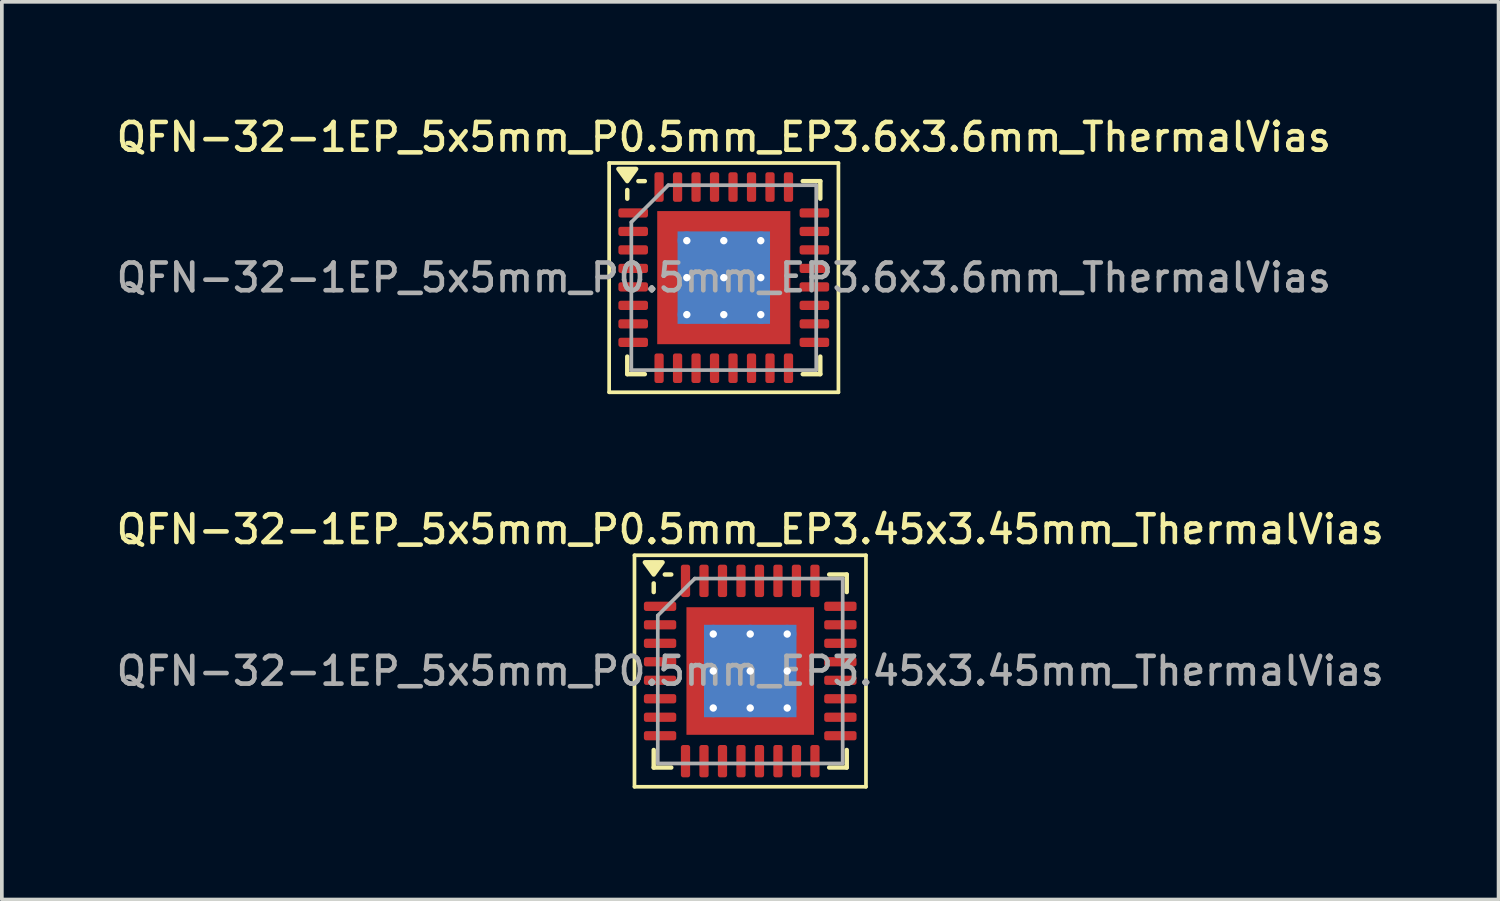
<source format=kicad_pcb>
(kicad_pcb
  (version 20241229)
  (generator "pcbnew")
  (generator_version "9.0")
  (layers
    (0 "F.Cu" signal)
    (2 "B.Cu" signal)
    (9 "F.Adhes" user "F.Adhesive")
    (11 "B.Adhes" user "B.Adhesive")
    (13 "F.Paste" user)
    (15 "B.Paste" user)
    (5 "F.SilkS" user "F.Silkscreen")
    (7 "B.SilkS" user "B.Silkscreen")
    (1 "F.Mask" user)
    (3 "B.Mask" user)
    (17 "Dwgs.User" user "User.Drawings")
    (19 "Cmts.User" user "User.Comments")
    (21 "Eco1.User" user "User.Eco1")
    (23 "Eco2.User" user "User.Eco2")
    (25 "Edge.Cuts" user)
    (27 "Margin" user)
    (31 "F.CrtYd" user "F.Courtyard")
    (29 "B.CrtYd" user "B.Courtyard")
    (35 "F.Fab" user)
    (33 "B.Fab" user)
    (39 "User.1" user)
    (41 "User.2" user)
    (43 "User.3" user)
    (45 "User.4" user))
  (footprint "QFN-32-1EP_5x5mm_P0.5mm_EP3.6x3.6mm_ThermalVias"
    (layer "F.Cu")
    (at 16.523 4.458)
    (property "Reference" "QFN-32-1EP_5x5mm_P0.5mm_EP3.6x3.6mm_ThermalVias" (at 0 -3.8 0) (layer "F.SilkS") (effects (font (size 0.75 0.75) (thickness 0.125))))
    (attr smd)
    (fp_line (start -3.1 -3.1) (end -3.1 3.1) (stroke (width 0.1) (type solid)) (layer "F.SilkS"))
    (fp_line (start -3.1 3.1) (end 3.1 3.1) (stroke (width 0.1) (type solid)) (layer "F.SilkS"))
    (fp_line (start -2.61 -2.135) (end -2.61 -2.37) (stroke (width 0.12) (type solid)) (layer "F.SilkS"))
    (fp_line (start -2.61 2.61) (end -2.61 2.135) (stroke (width 0.12) (type solid)) (layer "F.SilkS"))
    (fp_line (start -2.135 -2.61) (end -2.31 -2.61) (stroke (width 0.12) (type solid)) (layer "F.SilkS"))
    (fp_line (start -2.135 2.61) (end -2.61 2.61) (stroke (width 0.12) (type solid)) (layer "F.SilkS"))
    (fp_line (start 2.135 -2.61) (end 2.61 -2.61) (stroke (width 0.12) (type solid)) (layer "F.SilkS"))
    (fp_line (start 2.135 2.61) (end 2.61 2.61) (stroke (width 0.12) (type solid)) (layer "F.SilkS"))
    (fp_line (start 2.61 -2.61) (end 2.61 -2.135) (stroke (width 0.12) (type solid)) (layer "F.SilkS"))
    (fp_line (start 2.61 2.61) (end 2.61 2.135) (stroke (width 0.12) (type solid)) (layer "F.SilkS"))
    (fp_line (start 3.1 -3.1) (end -3.1 -3.1) (stroke (width 0.1) (type solid)) (layer "F.SilkS"))
    (fp_line (start 3.1 3.1) (end 3.1 -3.1) (stroke (width 0.1) (type solid)) (layer "F.SilkS"))
    (fp_poly (pts (xy -2.61 -2.61) (xy -2.85 -2.94) (xy -2.37 -2.94) (xy -2.61 -2.61)) (stroke (width 0.12) (type solid)) (fill yes) (layer "F.SilkS"))
    (fp_line (start -2.5 -1.5) (end -1.5 -2.5) (stroke (width 0.1) (type solid)) (layer "F.Fab"))
    (fp_line (start -2.5 2.5) (end -2.5 -1.5) (stroke (width 0.1) (type solid)) (layer "F.Fab"))
    (fp_line (start -1.5 -2.5) (end 2.5 -2.5) (stroke (width 0.1) (type solid)) (layer "F.Fab"))
    (fp_line (start 2.5 -2.5) (end 2.5 2.5) (stroke (width 0.1) (type solid)) (layer "F.Fab"))
    (fp_line (start 2.5 2.5) (end -2.5 2.5) (stroke (width 0.1) (type solid)) (layer "F.Fab"))
    (fp_text user "${REFERENCE}" (at 0 0 0) (layer "F.Fab") (effects (font (size 0.75 0.75) (thickness 0.125))))
    (pad "" smd custom (at -1.4 -1.4) (size 0.555 0.555) (layers "F.Paste") (options (anchor circle)) (primitives (gr_poly (pts (xy -0.232 -0.232) (xy 0.232 -0.232) (xy 0.232 0.157) (xy 0.157 0.232) (xy -0.232 0.232)) (width 0.181) (fill yes))))
    (pad "" smd custom (at -1.4 -0.5) (size 0.568 0.568) (layers "F.Paste") (options (anchor circle)) (primitives (gr_poly (pts (xy -0.246 -0.326) (xy 0.182 -0.326) (xy 0.246 -0.263) (xy 0.246 0.263) (xy 0.182 0.326) (xy -0.246 0.326)) (width 0.153) (fill yes))))
    (pad "" smd custom (at -1.4 0.5) (size 0.568 0.568) (layers "F.Paste") (options (anchor circle)) (primitives (gr_poly (pts (xy -0.246 -0.326) (xy 0.182 -0.326) (xy 0.246 -0.263) (xy 0.246 0.263) (xy 0.182 0.326) (xy -0.246 0.326)) (width 0.153) (fill yes))))
    (pad "" smd custom (at -1.4 1.4) (size 0.555 0.555) (layers "F.Paste") (options (anchor circle)) (primitives (gr_poly (pts (xy -0.232 -0.232) (xy 0.157 -0.232) (xy 0.232 -0.157) (xy 0.232 0.232) (xy -0.232 0.232)) (width 0.181) (fill yes))))
    (pad "" smd custom (at -0.5 -1.4) (size 0.568 0.568) (layers "F.Paste") (options (anchor circle)) (primitives (gr_poly (pts (xy -0.326 -0.246) (xy 0.326 -0.246) (xy 0.326 0.182) (xy 0.263 0.246) (xy -0.263 0.246) (xy -0.326 0.182)) (width 0.153) (fill yes))))
    (pad "" smd roundrect (at -0.5 -0.5) (size 0.806 0.806) (layers "F.Paste") (roundrect_rratio 0.25))
    (pad "" smd roundrect (at -0.5 0.5) (size 0.806 0.806) (layers "F.Paste") (roundrect_rratio 0.25))
    (pad "" smd custom (at -0.5 1.4) (size 0.568 0.568) (layers "F.Paste") (options (anchor circle)) (primitives (gr_poly (pts (xy -0.326 -0.182) (xy -0.263 -0.246) (xy 0.263 -0.246) (xy 0.326 -0.182) (xy 0.326 0.246) (xy -0.326 0.246)) (width 0.153) (fill yes))))
    (pad "" smd custom (at 0.5 -1.4) (size 0.568 0.568) (layers "F.Paste") (options (anchor circle)) (primitives (gr_poly (pts (xy -0.326 -0.246) (xy 0.326 -0.246) (xy 0.326 0.182) (xy 0.263 0.246) (xy -0.263 0.246) (xy -0.326 0.182)) (width 0.153) (fill yes))))
    (pad "" smd roundrect (at 0.5 -0.5) (size 0.806 0.806) (layers "F.Paste") (roundrect_rratio 0.25))
    (pad "" smd roundrect (at 0.5 0.5) (size 0.806 0.806) (layers "F.Paste") (roundrect_rratio 0.25))
    (pad "" smd custom (at 0.5 1.4) (size 0.568 0.568) (layers "F.Paste") (options (anchor circle)) (primitives (gr_poly (pts (xy -0.326 -0.182) (xy -0.263 -0.246) (xy 0.263 -0.246) (xy 0.326 -0.182) (xy 0.326 0.246) (xy -0.326 0.246)) (width 0.153) (fill yes))))
    (pad "" smd custom (at 1.4 -1.4) (size 0.555 0.555) (layers "F.Paste") (options (anchor circle)) (primitives (gr_poly (pts (xy -0.232 -0.232) (xy 0.232 -0.232) (xy 0.232 0.232) (xy -0.157 0.232) (xy -0.232 0.157)) (width 0.181) (fill yes))))
    (pad "" smd custom (at 1.4 -0.5) (size 0.568 0.568) (layers "F.Paste") (options (anchor circle)) (primitives (gr_poly (pts (xy -0.246 -0.263) (xy -0.182 -0.326) (xy 0.246 -0.326) (xy 0.246 0.326) (xy -0.182 0.326) (xy -0.246 0.263)) (width 0.153) (fill yes))))
    (pad "" smd custom (at 1.4 0.5) (size 0.568 0.568) (layers "F.Paste") (options (anchor circle)) (primitives (gr_poly (pts (xy -0.246 -0.263) (xy -0.182 -0.326) (xy 0.246 -0.326) (xy 0.246 0.326) (xy -0.182 0.326) (xy -0.246 0.263)) (width 0.153) (fill yes))))
    (pad "" smd custom (at 1.4 1.4) (size 0.555 0.555) (layers "F.Paste") (options (anchor circle)) (primitives (gr_poly (pts (xy -0.232 -0.157) (xy -0.157 -0.232) (xy 0.232 -0.232) (xy 0.232 0.232) (xy -0.232 0.232)) (width 0.181) (fill yes))))
    (pad "1" smd roundrect (at -2.45 -1.75) (size 0.8 0.25) (layers "F.Cu" "F.Mask" "F.Paste") (roundrect_rratio 0.25))
    (pad "2" smd roundrect (at -2.45 -1.25) (size 0.8 0.25) (layers "F.Cu" "F.Mask" "F.Paste") (roundrect_rratio 0.25))
    (pad "3" smd roundrect (at -2.45 -0.75) (size 0.8 0.25) (layers "F.Cu" "F.Mask" "F.Paste") (roundrect_rratio 0.25))
    (pad "4" smd roundrect (at -2.45 -0.25) (size 0.8 0.25) (layers "F.Cu" "F.Mask" "F.Paste") (roundrect_rratio 0.25))
    (pad "5" smd roundrect (at -2.45 0.25) (size 0.8 0.25) (layers "F.Cu" "F.Mask" "F.Paste") (roundrect_rratio 0.25))
    (pad "6" smd roundrect (at -2.45 0.75) (size 0.8 0.25) (layers "F.Cu" "F.Mask" "F.Paste") (roundrect_rratio 0.25))
    (pad "7" smd roundrect (at -2.45 1.25) (size 0.8 0.25) (layers "F.Cu" "F.Mask" "F.Paste") (roundrect_rratio 0.25))
    (pad "8" smd roundrect (at -2.45 1.75) (size 0.8 0.25) (layers "F.Cu" "F.Mask" "F.Paste") (roundrect_rratio 0.25))
    (pad "9" smd roundrect (at -1.75 2.45) (size 0.25 0.8) (layers "F.Cu" "F.Mask" "F.Paste") (roundrect_rratio 0.25))
    (pad "10" smd roundrect (at -1.25 2.45) (size 0.25 0.8) (layers "F.Cu" "F.Mask" "F.Paste") (roundrect_rratio 0.25))
    (pad "11" smd roundrect (at -0.75 2.45) (size 0.25 0.8) (layers "F.Cu" "F.Mask" "F.Paste") (roundrect_rratio 0.25))
    (pad "12" smd roundrect (at -0.25 2.45) (size 0.25 0.8) (layers "F.Cu" "F.Mask" "F.Paste") (roundrect_rratio 0.25))
    (pad "13" smd roundrect (at 0.25 2.45) (size 0.25 0.8) (layers "F.Cu" "F.Mask" "F.Paste") (roundrect_rratio 0.25))
    (pad "14" smd roundrect (at 0.75 2.45) (size 0.25 0.8) (layers "F.Cu" "F.Mask" "F.Paste") (roundrect_rratio 0.25))
    (pad "15" smd roundrect (at 1.25 2.45) (size 0.25 0.8) (layers "F.Cu" "F.Mask" "F.Paste") (roundrect_rratio 0.25))
    (pad "16" smd roundrect (at 1.75 2.45) (size 0.25 0.8) (layers "F.Cu" "F.Mask" "F.Paste") (roundrect_rratio 0.25))
    (pad "17" smd roundrect (at 2.45 1.75) (size 0.8 0.25) (layers "F.Cu" "F.Mask" "F.Paste") (roundrect_rratio 0.25))
    (pad "18" smd roundrect (at 2.45 1.25) (size 0.8 0.25) (layers "F.Cu" "F.Mask" "F.Paste") (roundrect_rratio 0.25))
    (pad "19" smd roundrect (at 2.45 0.75) (size 0.8 0.25) (layers "F.Cu" "F.Mask" "F.Paste") (roundrect_rratio 0.25))
    (pad "20" smd roundrect (at 2.45 0.25) (size 0.8 0.25) (layers "F.Cu" "F.Mask" "F.Paste") (roundrect_rratio 0.25))
    (pad "21" smd roundrect (at 2.45 -0.25) (size 0.8 0.25) (layers "F.Cu" "F.Mask" "F.Paste") (roundrect_rratio 0.25))
    (pad "22" smd roundrect (at 2.45 -0.75) (size 0.8 0.25) (layers "F.Cu" "F.Mask" "F.Paste") (roundrect_rratio 0.25))
    (pad "23" smd roundrect (at 2.45 -1.25) (size 0.8 0.25) (layers "F.Cu" "F.Mask" "F.Paste") (roundrect_rratio 0.25))
    (pad "24" smd roundrect (at 2.45 -1.75) (size 0.8 0.25) (layers "F.Cu" "F.Mask" "F.Paste") (roundrect_rratio 0.25))
    (pad "25" smd roundrect (at 1.75 -2.45) (size 0.25 0.8) (layers "F.Cu" "F.Mask" "F.Paste") (roundrect_rratio 0.25))
    (pad "26" smd roundrect (at 1.25 -2.45) (size 0.25 0.8) (layers "F.Cu" "F.Mask" "F.Paste") (roundrect_rratio 0.25))
    (pad "27" smd roundrect (at 0.75 -2.45) (size 0.25 0.8) (layers "F.Cu" "F.Mask" "F.Paste") (roundrect_rratio 0.25))
    (pad "28" smd roundrect (at 0.25 -2.45) (size 0.25 0.8) (layers "F.Cu" "F.Mask" "F.Paste") (roundrect_rratio 0.25))
    (pad "29" smd roundrect (at -0.25 -2.45) (size 0.25 0.8) (layers "F.Cu" "F.Mask" "F.Paste") (roundrect_rratio 0.25))
    (pad "30" smd roundrect (at -0.75 -2.45) (size 0.25 0.8) (layers "F.Cu" "F.Mask" "F.Paste") (roundrect_rratio 0.25))
    (pad "31" smd roundrect (at -1.25 -2.45) (size 0.25 0.8) (layers "F.Cu" "F.Mask" "F.Paste") (roundrect_rratio 0.25))
    (pad "32" smd roundrect (at -1.75 -2.45) (size 0.25 0.8) (layers "F.Cu" "F.Mask" "F.Paste") (roundrect_rratio 0.25))
    (pad "33" thru_hole circle (at -1 -1) (size 0.5 0.5) (drill 0.2) (property pad_prop_heatsink) (layers "*.Cu"))
    (pad "33" thru_hole circle (at -1 0) (size 0.5 0.5) (drill 0.2) (property pad_prop_heatsink) (layers "*.Cu"))
    (pad "33" thru_hole circle (at -1 1) (size 0.5 0.5) (drill 0.2) (property pad_prop_heatsink) (layers "*.Cu"))
    (pad "33" thru_hole circle (at 0 -1) (size 0.5 0.5) (drill 0.2) (property pad_prop_heatsink) (layers "*.Cu"))
    (pad "33" thru_hole circle (at 0 0) (size 0.5 0.5) (drill 0.2) (property pad_prop_heatsink) (layers "*.Cu"))
    (pad "33" smd rect (at 0 0) (size 2.5 2.5) (property pad_prop_heatsink) (layers "B.Cu"))
    (pad "33" smd rect (at 0 0) (size 3.6 3.6) (property pad_prop_heatsink) (layers "F.Cu" "F.Mask"))
    (pad "33" thru_hole circle (at 0 1) (size 0.5 0.5) (drill 0.2) (property pad_prop_heatsink) (layers "*.Cu"))
    (pad "33" thru_hole circle (at 1 -1) (size 0.5 0.5) (drill 0.2) (property pad_prop_heatsink) (layers "*.Cu"))
    (pad "33" thru_hole circle (at 1 0) (size 0.5 0.5) (drill 0.2) (property pad_prop_heatsink) (layers "*.Cu"))
    (pad "33" thru_hole circle (at 1 1) (size 0.5 0.5) (drill 0.2) (property pad_prop_heatsink) (layers "*.Cu")))
  (footprint "QFN-32-1EP_5x5mm_P0.5mm_EP3.45x3.45mm_ThermalVias"
    (layer "F.Cu")
    (at 17.238 15.096)
    (property "Reference" "QFN-32-1EP_5x5mm_P0.5mm_EP3.45x3.45mm_ThermalVias" (at 0 -3.83 0) (layer "F.SilkS") (effects (font (size 0.75 0.75) (thickness 0.125))))
    (attr smd)
    (fp_line (start -3.13 -3.13) (end -3.13 3.13) (stroke (width 0.1) (type solid)) (layer "F.SilkS"))
    (fp_line (start -3.13 3.13) (end 3.13 3.13) (stroke (width 0.1) (type solid)) (layer "F.SilkS"))
    (fp_line (start -2.61 -2.135) (end -2.61 -2.37) (stroke (width 0.12) (type solid)) (layer "F.SilkS"))
    (fp_line (start -2.61 2.61) (end -2.61 2.135) (stroke (width 0.12) (type solid)) (layer "F.SilkS"))
    (fp_line (start -2.135 -2.61) (end -2.31 -2.61) (stroke (width 0.12) (type solid)) (layer "F.SilkS"))
    (fp_line (start -2.135 2.61) (end -2.61 2.61) (stroke (width 0.12) (type solid)) (layer "F.SilkS"))
    (fp_line (start 2.135 -2.61) (end 2.61 -2.61) (stroke (width 0.12) (type solid)) (layer "F.SilkS"))
    (fp_line (start 2.135 2.61) (end 2.61 2.61) (stroke (width 0.12) (type solid)) (layer "F.SilkS"))
    (fp_line (start 2.61 -2.61) (end 2.61 -2.135) (stroke (width 0.12) (type solid)) (layer "F.SilkS"))
    (fp_line (start 2.61 2.61) (end 2.61 2.135) (stroke (width 0.12) (type solid)) (layer "F.SilkS"))
    (fp_line (start 3.13 -3.13) (end -3.13 -3.13) (stroke (width 0.1) (type solid)) (layer "F.SilkS"))
    (fp_line (start 3.13 3.13) (end 3.13 -3.13) (stroke (width 0.1) (type solid)) (layer "F.SilkS"))
    (fp_poly (pts (xy -2.61 -2.61) (xy -2.85 -2.94) (xy -2.37 -2.94) (xy -2.61 -2.61)) (stroke (width 0.12) (type solid)) (fill yes) (layer "F.SilkS"))
    (fp_line (start -2.5 -1.5) (end -1.5 -2.5) (stroke (width 0.1) (type solid)) (layer "F.Fab"))
    (fp_line (start -2.5 2.5) (end -2.5 -1.5) (stroke (width 0.1) (type solid)) (layer "F.Fab"))
    (fp_line (start -1.5 -2.5) (end 2.5 -2.5) (stroke (width 0.1) (type solid)) (layer "F.Fab"))
    (fp_line (start 2.5 -2.5) (end 2.5 2.5) (stroke (width 0.1) (type solid)) (layer "F.Fab"))
    (fp_line (start 2.5 2.5) (end -2.5 2.5) (stroke (width 0.1) (type solid)) (layer "F.Fab"))
    (fp_text user "${REFERENCE}" (at 0 0 0) (layer "F.Fab") (effects (font (size 0.75 0.75) (thickness 0.125))))
    (pad "" smd custom (at -1.363 -1.363) (size 0.484 0.484) (layers "F.Paste") (options (anchor circle)) (primitives (gr_poly (pts (xy -0.192 -0.192) (xy 0.192 -0.192) (xy 0.192 0.108) (xy 0.108 0.192) (xy -0.192 0.192)) (width 0.201) (fill yes))))
    (pad "" smd custom (at -1.363 -0.5) (size 0.503 0.503) (layers "F.Paste") (options (anchor circle)) (primitives (gr_poly (pts (xy -0.21 -0.321) (xy 0.143 -0.321) (xy 0.21 -0.254) (xy 0.21 0.254) (xy 0.143 0.321) (xy -0.21 0.321)) (width 0.164) (fill yes))))
    (pad "" smd custom (at -1.363 0.5) (size 0.503 0.503) (layers "F.Paste") (options (anchor circle)) (primitives (gr_poly (pts (xy -0.21 -0.321) (xy 0.143 -0.321) (xy 0.21 -0.254) (xy 0.21 0.254) (xy 0.143 0.321) (xy -0.21 0.321)) (width 0.164) (fill yes))))
    (pad "" smd custom (at -1.363 1.363) (size 0.484 0.484) (layers "F.Paste") (options (anchor circle)) (primitives (gr_poly (pts (xy -0.192 -0.192) (xy 0.108 -0.192) (xy 0.192 -0.108) (xy 0.192 0.192) (xy -0.192 0.192)) (width 0.201) (fill yes))))
    (pad "" smd custom (at -0.5 -1.363) (size 0.503 0.503) (layers "F.Paste") (options (anchor circle)) (primitives (gr_poly (pts (xy -0.321 -0.21) (xy 0.321 -0.21) (xy 0.321 0.143) (xy 0.254 0.21) (xy -0.254 0.21) (xy -0.321 0.143)) (width 0.164) (fill yes))))
    (pad "" smd roundrect (at -0.5 -0.5) (size 0.806 0.806) (layers "F.Paste") (roundrect_rratio 0.25))
    (pad "" smd roundrect (at -0.5 0.5) (size 0.806 0.806) (layers "F.Paste") (roundrect_rratio 0.25))
    (pad "" smd custom (at -0.5 1.363) (size 0.503 0.503) (layers "F.Paste") (options (anchor circle)) (primitives (gr_poly (pts (xy -0.321 -0.143) (xy -0.254 -0.21) (xy 0.254 -0.21) (xy 0.321 -0.143) (xy 0.321 0.21) (xy -0.321 0.21)) (width 0.164) (fill yes))))
    (pad "" smd custom (at 0.5 -1.363) (size 0.503 0.503) (layers "F.Paste") (options (anchor circle)) (primitives (gr_poly (pts (xy -0.321 -0.21) (xy 0.321 -0.21) (xy 0.321 0.143) (xy 0.254 0.21) (xy -0.254 0.21) (xy -0.321 0.143)) (width 0.164) (fill yes))))
    (pad "" smd roundrect (at 0.5 -0.5) (size 0.806 0.806) (layers "F.Paste") (roundrect_rratio 0.25))
    (pad "" smd roundrect (at 0.5 0.5) (size 0.806 0.806) (layers "F.Paste") (roundrect_rratio 0.25))
    (pad "" smd custom (at 0.5 1.363) (size 0.503 0.503) (layers "F.Paste") (options (anchor circle)) (primitives (gr_poly (pts (xy -0.321 -0.143) (xy -0.254 -0.21) (xy 0.254 -0.21) (xy 0.321 -0.143) (xy 0.321 0.21) (xy -0.321 0.21)) (width 0.164) (fill yes))))
    (pad "" smd custom (at 1.363 -1.363) (size 0.484 0.484) (layers "F.Paste") (options (anchor circle)) (primitives (gr_poly (pts (xy -0.192 -0.192) (xy 0.192 -0.192) (xy 0.192 0.192) (xy -0.108 0.192) (xy -0.192 0.108)) (width 0.201) (fill yes))))
    (pad "" smd custom (at 1.363 -0.5) (size 0.503 0.503) (layers "F.Paste") (options (anchor circle)) (primitives (gr_poly (pts (xy -0.21 -0.254) (xy -0.143 -0.321) (xy 0.21 -0.321) (xy 0.21 0.321) (xy -0.143 0.321) (xy -0.21 0.254)) (width 0.164) (fill yes))))
    (pad "" smd custom (at 1.363 0.5) (size 0.503 0.503) (layers "F.Paste") (options (anchor circle)) (primitives (gr_poly (pts (xy -0.21 -0.254) (xy -0.143 -0.321) (xy 0.21 -0.321) (xy 0.21 0.321) (xy -0.143 0.321) (xy -0.21 0.254)) (width 0.164) (fill yes))))
    (pad "" smd custom (at 1.363 1.363) (size 0.484 0.484) (layers "F.Paste") (options (anchor circle)) (primitives (gr_poly (pts (xy -0.192 -0.108) (xy -0.108 -0.192) (xy 0.192 -0.192) (xy 0.192 0.192) (xy -0.192 0.192)) (width 0.201) (fill yes))))
    (pad "1" smd roundrect (at -2.438 -1.75) (size 0.875 0.25) (layers "F.Cu" "F.Mask" "F.Paste") (roundrect_rratio 0.25))
    (pad "2" smd roundrect (at -2.438 -1.25) (size 0.875 0.25) (layers "F.Cu" "F.Mask" "F.Paste") (roundrect_rratio 0.25))
    (pad "3" smd roundrect (at -2.438 -0.75) (size 0.875 0.25) (layers "F.Cu" "F.Mask" "F.Paste") (roundrect_rratio 0.25))
    (pad "4" smd roundrect (at -2.438 -0.25) (size 0.875 0.25) (layers "F.Cu" "F.Mask" "F.Paste") (roundrect_rratio 0.25))
    (pad "5" smd roundrect (at -2.438 0.25) (size 0.875 0.25) (layers "F.Cu" "F.Mask" "F.Paste") (roundrect_rratio 0.25))
    (pad "6" smd roundrect (at -2.438 0.75) (size 0.875 0.25) (layers "F.Cu" "F.Mask" "F.Paste") (roundrect_rratio 0.25))
    (pad "7" smd roundrect (at -2.438 1.25) (size 0.875 0.25) (layers "F.Cu" "F.Mask" "F.Paste") (roundrect_rratio 0.25))
    (pad "8" smd roundrect (at -2.438 1.75) (size 0.875 0.25) (layers "F.Cu" "F.Mask" "F.Paste") (roundrect_rratio 0.25))
    (pad "9" smd roundrect (at -1.75 2.438) (size 0.25 0.875) (layers "F.Cu" "F.Mask" "F.Paste") (roundrect_rratio 0.25))
    (pad "10" smd roundrect (at -1.25 2.438) (size 0.25 0.875) (layers "F.Cu" "F.Mask" "F.Paste") (roundrect_rratio 0.25))
    (pad "11" smd roundrect (at -0.75 2.438) (size 0.25 0.875) (layers "F.Cu" "F.Mask" "F.Paste") (roundrect_rratio 0.25))
    (pad "12" smd roundrect (at -0.25 2.438) (size 0.25 0.875) (layers "F.Cu" "F.Mask" "F.Paste") (roundrect_rratio 0.25))
    (pad "13" smd roundrect (at 0.25 2.438) (size 0.25 0.875) (layers "F.Cu" "F.Mask" "F.Paste") (roundrect_rratio 0.25))
    (pad "14" smd roundrect (at 0.75 2.438) (size 0.25 0.875) (layers "F.Cu" "F.Mask" "F.Paste") (roundrect_rratio 0.25))
    (pad "15" smd roundrect (at 1.25 2.438) (size 0.25 0.875) (layers "F.Cu" "F.Mask" "F.Paste") (roundrect_rratio 0.25))
    (pad "16" smd roundrect (at 1.75 2.438) (size 0.25 0.875) (layers "F.Cu" "F.Mask" "F.Paste") (roundrect_rratio 0.25))
    (pad "17" smd roundrect (at 2.438 1.75) (size 0.875 0.25) (layers "F.Cu" "F.Mask" "F.Paste") (roundrect_rratio 0.25))
    (pad "18" smd roundrect (at 2.438 1.25) (size 0.875 0.25) (layers "F.Cu" "F.Mask" "F.Paste") (roundrect_rratio 0.25))
    (pad "19" smd roundrect (at 2.438 0.75) (size 0.875 0.25) (layers "F.Cu" "F.Mask" "F.Paste") (roundrect_rratio 0.25))
    (pad "20" smd roundrect (at 2.438 0.25) (size 0.875 0.25) (layers "F.Cu" "F.Mask" "F.Paste") (roundrect_rratio 0.25))
    (pad "21" smd roundrect (at 2.438 -0.25) (size 0.875 0.25) (layers "F.Cu" "F.Mask" "F.Paste") (roundrect_rratio 0.25))
    (pad "22" smd roundrect (at 2.438 -0.75) (size 0.875 0.25) (layers "F.Cu" "F.Mask" "F.Paste") (roundrect_rratio 0.25))
    (pad "23" smd roundrect (at 2.438 -1.25) (size 0.875 0.25) (layers "F.Cu" "F.Mask" "F.Paste") (roundrect_rratio 0.25))
    (pad "24" smd roundrect (at 2.438 -1.75) (size 0.875 0.25) (layers "F.Cu" "F.Mask" "F.Paste") (roundrect_rratio 0.25))
    (pad "25" smd roundrect (at 1.75 -2.438) (size 0.25 0.875) (layers "F.Cu" "F.Mask" "F.Paste") (roundrect_rratio 0.25))
    (pad "26" smd roundrect (at 1.25 -2.438) (size 0.25 0.875) (layers "F.Cu" "F.Mask" "F.Paste") (roundrect_rratio 0.25))
    (pad "27" smd roundrect (at 0.75 -2.438) (size 0.25 0.875) (layers "F.Cu" "F.Mask" "F.Paste") (roundrect_rratio 0.25))
    (pad "28" smd roundrect (at 0.25 -2.438) (size 0.25 0.875) (layers "F.Cu" "F.Mask" "F.Paste") (roundrect_rratio 0.25))
    (pad "29" smd roundrect (at -0.25 -2.438) (size 0.25 0.875) (layers "F.Cu" "F.Mask" "F.Paste") (roundrect_rratio 0.25))
    (pad "30" smd roundrect (at -0.75 -2.438) (size 0.25 0.875) (layers "F.Cu" "F.Mask" "F.Paste") (roundrect_rratio 0.25))
    (pad "31" smd roundrect (at -1.25 -2.438) (size 0.25 0.875) (layers "F.Cu" "F.Mask" "F.Paste") (roundrect_rratio 0.25))
    (pad "32" smd roundrect (at -1.75 -2.438) (size 0.25 0.875) (layers "F.Cu" "F.Mask" "F.Paste") (roundrect_rratio 0.25))
    (pad "33" thru_hole circle (at -1 -1) (size 0.5 0.5) (drill 0.2) (property pad_prop_heatsink) (layers "*.Cu"))
    (pad "33" thru_hole circle (at -1 0) (size 0.5 0.5) (drill 0.2) (property pad_prop_heatsink) (layers "*.Cu"))
    (pad "33" thru_hole circle (at -1 1) (size 0.5 0.5) (drill 0.2) (property pad_prop_heatsink) (layers "*.Cu"))
    (pad "33" thru_hole circle (at 0 -1) (size 0.5 0.5) (drill 0.2) (property pad_prop_heatsink) (layers "*.Cu"))
    (pad "33" thru_hole circle (at 0 0) (size 0.5 0.5) (drill 0.2) (property pad_prop_heatsink) (layers "*.Cu"))
    (pad "33" smd rect (at 0 0) (size 2.5 2.5) (property pad_prop_heatsink) (layers "B.Cu"))
    (pad "33" smd rect (at 0 0) (size 3.45 3.45) (property pad_prop_heatsink) (layers "F.Cu" "F.Mask"))
    (pad "33" thru_hole circle (at 0 1) (size 0.5 0.5) (drill 0.2) (property pad_prop_heatsink) (layers "*.Cu"))
    (pad "33" thru_hole circle (at 1 -1) (size 0.5 0.5) (drill 0.2) (property pad_prop_heatsink) (layers "*.Cu"))
    (pad "33" thru_hole circle (at 1 0) (size 0.5 0.5) (drill 0.2) (property pad_prop_heatsink) (layers "*.Cu"))
    (pad "33" thru_hole circle (at 1 1) (size 0.5 0.5) (drill 0.2) (property pad_prop_heatsink) (layers "*.Cu")))
  (gr_rect
    (start -3 -3)
    (end 37.475 21.276)
    (stroke (width 0.1) (type default))
    (fill no)
    (layer "Edge.Cuts")))
</source>
